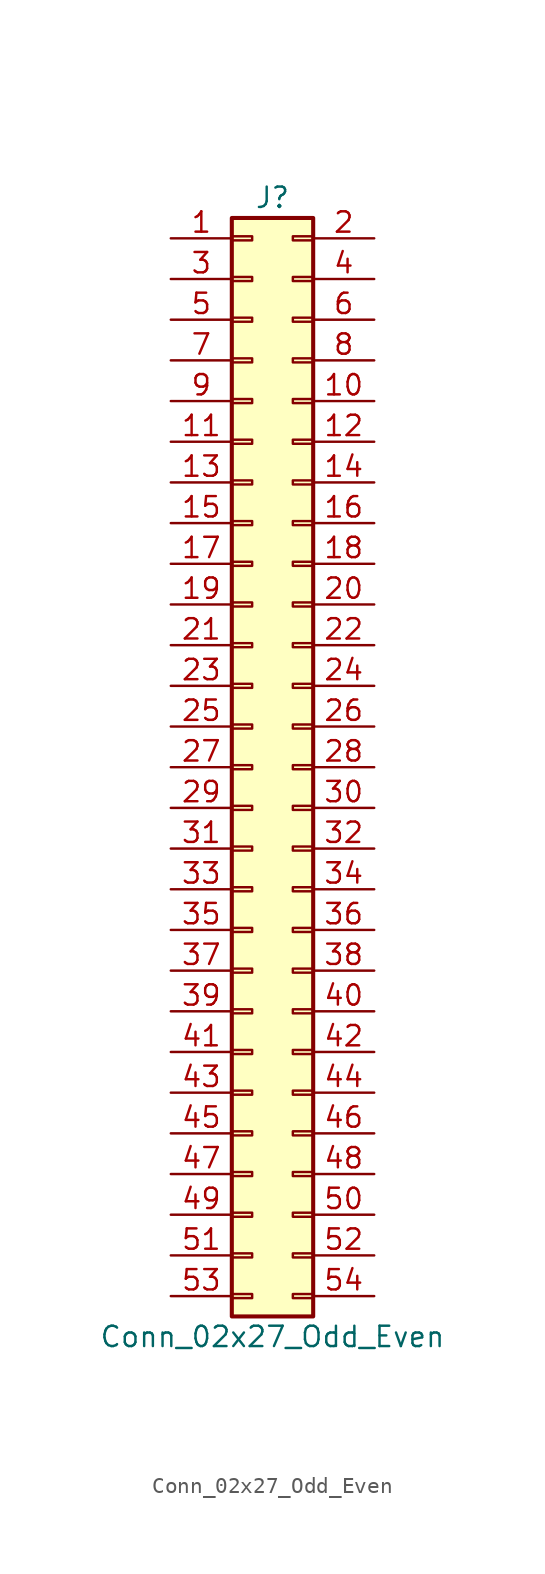
<source format=kicad_sym>
(kicad_symbol_lib
  (version 20201005)
  (generator kicad_symbol_editor)
  (symbol "Conn_02x27_Odd_Even"
    (pin_names
      (offset 1.016) hide)
    (property "Reference" "J"
      (at 1.27 35.56 0)
      (effects (font (size 1.27 1.27))))
    (property "Value" "Conn_02x27_Odd_Even"
      (at 1.27 -35.56 0)
      (effects (font (size 1.27 1.27))))
    (symbol "Conn_02x27_Odd_Even_1_1"
      (rectangle (start -1.27 -32.893) (end 0 -33.147) (stroke (width 0.152)) (fill (type none)))
      (rectangle (start -1.27 -30.353) (end 0 -30.607) (stroke (width 0.152)) (fill (type none)))
      (rectangle (start -1.27 -27.813) (end 0 -28.067) (stroke (width 0.152)) (fill (type none)))
      (rectangle (start -1.27 -25.273) (end 0 -25.527) (stroke (width 0.152)) (fill (type none)))
      (rectangle (start -1.27 -22.733) (end 0 -22.987) (stroke (width 0.152)) (fill (type none)))
      (rectangle (start -1.27 -20.193) (end 0 -20.447) (stroke (width 0.152)) (fill (type none)))
      (rectangle (start -1.27 -17.653) (end 0 -17.907) (stroke (width 0.152)) (fill (type none)))
      (rectangle (start -1.27 -15.113) (end 0 -15.367) (stroke (width 0.152)) (fill (type none)))
      (rectangle (start -1.27 -12.573) (end 0 -12.827) (stroke (width 0.152)) (fill (type none)))
      (rectangle (start -1.27 -10.033) (end 0 -10.287) (stroke (width 0.152)) (fill (type none)))
      (rectangle (start -1.27 -7.493) (end 0 -7.747) (stroke (width 0.152)) (fill (type none)))
      (rectangle (start -1.27 -4.953) (end 0 -5.207) (stroke (width 0.152)) (fill (type none)))
      (rectangle (start -1.27 -2.413) (end 0 -2.667) (stroke (width 0.152)) (fill (type none)))
      (rectangle (start -1.27 0.127) (end 0 -0.127) (stroke (width 0.152)) (fill (type none)))
      (rectangle (start -1.27 2.667) (end 0 2.413) (stroke (width 0.152)) (fill (type none)))
      (rectangle (start -1.27 5.207) (end 0 4.953) (stroke (width 0.152)) (fill (type none)))
      (rectangle (start -1.27 7.747) (end 0 7.493) (stroke (width 0.152)) (fill (type none)))
      (rectangle (start -1.27 10.287) (end 0 10.033) (stroke (width 0.152)) (fill (type none)))
      (rectangle (start -1.27 12.827) (end 0 12.573) (stroke (width 0.152)) (fill (type none)))
      (rectangle (start -1.27 15.367) (end 0 15.113) (stroke (width 0.152)) (fill (type none)))
      (rectangle (start -1.27 17.907) (end 0 17.653) (stroke (width 0.152)) (fill (type none)))
      (rectangle (start -1.27 20.447) (end 0 20.193) (stroke (width 0.152)) (fill (type none)))
      (rectangle (start -1.27 22.987) (end 0 22.733) (stroke (width 0.152)) (fill (type none)))
      (rectangle (start -1.27 25.527) (end 0 25.273) (stroke (width 0.152)) (fill (type none)))
      (rectangle (start -1.27 28.067) (end 0 27.813) (stroke (width 0.152)) (fill (type none)))
      (rectangle (start -1.27 30.607) (end 0 30.353) (stroke (width 0.152)) (fill (type none)))
      (rectangle (start -1.27 33.147) (end 0 32.893) (stroke (width 0.152)) (fill (type none)))
      (rectangle (start -1.27 34.29) (end 3.81 -34.29) (stroke (width 0.254)) (fill (type background)))
      (rectangle (start 3.81 -32.893) (end 2.54 -33.147) (stroke (width 0.152)) (fill (type none)))
      (rectangle (start 3.81 -30.353) (end 2.54 -30.607) (stroke (width 0.152)) (fill (type none)))
      (rectangle (start 3.81 -27.813) (end 2.54 -28.067) (stroke (width 0.152)) (fill (type none)))
      (rectangle (start 3.81 -25.273) (end 2.54 -25.527) (stroke (width 0.152)) (fill (type none)))
      (rectangle (start 3.81 -22.733) (end 2.54 -22.987) (stroke (width 0.152)) (fill (type none)))
      (rectangle (start 3.81 -20.193) (end 2.54 -20.447) (stroke (width 0.152)) (fill (type none)))
      (rectangle (start 3.81 -17.653) (end 2.54 -17.907) (stroke (width 0.152)) (fill (type none)))
      (rectangle (start 3.81 -15.113) (end 2.54 -15.367) (stroke (width 0.152)) (fill (type none)))
      (rectangle (start 3.81 -12.573) (end 2.54 -12.827) (stroke (width 0.152)) (fill (type none)))
      (rectangle (start 3.81 -10.033) (end 2.54 -10.287) (stroke (width 0.152)) (fill (type none)))
      (rectangle (start 3.81 -7.493) (end 2.54 -7.747) (stroke (width 0.152)) (fill (type none)))
      (rectangle (start 3.81 -4.953) (end 2.54 -5.207) (stroke (width 0.152)) (fill (type none)))
      (rectangle (start 3.81 -2.413) (end 2.54 -2.667) (stroke (width 0.152)) (fill (type none)))
      (rectangle (start 3.81 0.127) (end 2.54 -0.127) (stroke (width 0.152)) (fill (type none)))
      (rectangle (start 3.81 2.667) (end 2.54 2.413) (stroke (width 0.152)) (fill (type none)))
      (rectangle (start 3.81 5.207) (end 2.54 4.953) (stroke (width 0.152)) (fill (type none)))
      (rectangle (start 3.81 7.747) (end 2.54 7.493) (stroke (width 0.152)) (fill (type none)))
      (rectangle (start 3.81 10.287) (end 2.54 10.033) (stroke (width 0.152)) (fill (type none)))
      (rectangle (start 3.81 12.827) (end 2.54 12.573) (stroke (width 0.152)) (fill (type none)))
      (rectangle (start 3.81 15.367) (end 2.54 15.113) (stroke (width 0.152)) (fill (type none)))
      (rectangle (start 3.81 17.907) (end 2.54 17.653) (stroke (width 0.152)) (fill (type none)))
      (rectangle (start 3.81 20.447) (end 2.54 20.193) (stroke (width 0.152)) (fill (type none)))
      (rectangle (start 3.81 22.987) (end 2.54 22.733) (stroke (width 0.152)) (fill (type none)))
      (rectangle (start 3.81 25.527) (end 2.54 25.273) (stroke (width 0.152)) (fill (type none)))
      (rectangle (start 3.81 28.067) (end 2.54 27.813) (stroke (width 0.152)) (fill (type none)))
      (rectangle (start 3.81 30.607) (end 2.54 30.353) (stroke (width 0.152)) (fill (type none)))
      (rectangle (start 3.81 33.147) (end 2.54 32.893) (stroke (width 0.152)) (fill (type none)))
      (pin passive line (at -5.08 33.02 0) (length 3.81) (name "Pin_1" (effects (font (size 1.27 1.27)))) (number "1" (effects (font (size 1.27 1.27)))))
      (pin passive line (at 7.62 22.86 180) (length 3.81) (name "Pin_10" (effects (font (size 1.27 1.27)))) (number "10" (effects (font (size 1.27 1.27)))))
      (pin passive line (at -5.08 20.32 0) (length 3.81) (name "Pin_11" (effects (font (size 1.27 1.27)))) (number "11" (effects (font (size 1.27 1.27)))))
      (pin passive line (at 7.62 20.32 180) (length 3.81) (name "Pin_12" (effects (font (size 1.27 1.27)))) (number "12" (effects (font (size 1.27 1.27)))))
      (pin passive line (at -5.08 17.78 0) (length 3.81) (name "Pin_13" (effects (font (size 1.27 1.27)))) (number "13" (effects (font (size 1.27 1.27)))))
      (pin passive line (at 7.62 17.78 180) (length 3.81) (name "Pin_14" (effects (font (size 1.27 1.27)))) (number "14" (effects (font (size 1.27 1.27)))))
      (pin passive line (at -5.08 15.24 0) (length 3.81) (name "Pin_15" (effects (font (size 1.27 1.27)))) (number "15" (effects (font (size 1.27 1.27)))))
      (pin passive line (at 7.62 15.24 180) (length 3.81) (name "Pin_16" (effects (font (size 1.27 1.27)))) (number "16" (effects (font (size 1.27 1.27)))))
      (pin passive line (at -5.08 12.7 0) (length 3.81) (name "Pin_17" (effects (font (size 1.27 1.27)))) (number "17" (effects (font (size 1.27 1.27)))))
      (pin passive line (at 7.62 12.7 180) (length 3.81) (name "Pin_18" (effects (font (size 1.27 1.27)))) (number "18" (effects (font (size 1.27 1.27)))))
      (pin passive line (at -5.08 10.16 0) (length 3.81) (name "Pin_19" (effects (font (size 1.27 1.27)))) (number "19" (effects (font (size 1.27 1.27)))))
      (pin passive line (at 7.62 33.02 180) (length 3.81) (name "Pin_2" (effects (font (size 1.27 1.27)))) (number "2" (effects (font (size 1.27 1.27)))))
      (pin passive line (at 7.62 10.16 180) (length 3.81) (name "Pin_20" (effects (font (size 1.27 1.27)))) (number "20" (effects (font (size 1.27 1.27)))))
      (pin passive line (at -5.08 7.62 0) (length 3.81) (name "Pin_21" (effects (font (size 1.27 1.27)))) (number "21" (effects (font (size 1.27 1.27)))))
      (pin passive line (at 7.62 7.62 180) (length 3.81) (name "Pin_22" (effects (font (size 1.27 1.27)))) (number "22" (effects (font (size 1.27 1.27)))))
      (pin passive line (at -5.08 5.08 0) (length 3.81) (name "Pin_23" (effects (font (size 1.27 1.27)))) (number "23" (effects (font (size 1.27 1.27)))))
      (pin passive line (at 7.62 5.08 180) (length 3.81) (name "Pin_24" (effects (font (size 1.27 1.27)))) (number "24" (effects (font (size 1.27 1.27)))))
      (pin passive line (at -5.08 2.54 0) (length 3.81) (name "Pin_25" (effects (font (size 1.27 1.27)))) (number "25" (effects (font (size 1.27 1.27)))))
      (pin passive line (at 7.62 2.54 180) (length 3.81) (name "Pin_26" (effects (font (size 1.27 1.27)))) (number "26" (effects (font (size 1.27 1.27)))))
      (pin passive line (at -5.08 0 0) (length 3.81) (name "Pin_27" (effects (font (size 1.27 1.27)))) (number "27" (effects (font (size 1.27 1.27)))))
      (pin passive line (at 7.62 0 180) (length 3.81) (name "Pin_28" (effects (font (size 1.27 1.27)))) (number "28" (effects (font (size 1.27 1.27)))))
      (pin passive line (at -5.08 -2.54 0) (length 3.81) (name "Pin_29" (effects (font (size 1.27 1.27)))) (number "29" (effects (font (size 1.27 1.27)))))
      (pin passive line (at -5.08 30.48 0) (length 3.81) (name "Pin_3" (effects (font (size 1.27 1.27)))) (number "3" (effects (font (size 1.27 1.27)))))
      (pin passive line (at 7.62 -2.54 180) (length 3.81) (name "Pin_30" (effects (font (size 1.27 1.27)))) (number "30" (effects (font (size 1.27 1.27)))))
      (pin passive line (at -5.08 -5.08 0) (length 3.81) (name "Pin_31" (effects (font (size 1.27 1.27)))) (number "31" (effects (font (size 1.27 1.27)))))
      (pin passive line (at 7.62 -5.08 180) (length 3.81) (name "Pin_32" (effects (font (size 1.27 1.27)))) (number "32" (effects (font (size 1.27 1.27)))))
      (pin passive line (at -5.08 -7.62 0) (length 3.81) (name "Pin_33" (effects (font (size 1.27 1.27)))) (number "33" (effects (font (size 1.27 1.27)))))
      (pin passive line (at 7.62 -7.62 180) (length 3.81) (name "Pin_34" (effects (font (size 1.27 1.27)))) (number "34" (effects (font (size 1.27 1.27)))))
      (pin passive line (at -5.08 -10.16 0) (length 3.81) (name "Pin_35" (effects (font (size 1.27 1.27)))) (number "35" (effects (font (size 1.27 1.27)))))
      (pin passive line (at 7.62 -10.16 180) (length 3.81) (name "Pin_36" (effects (font (size 1.27 1.27)))) (number "36" (effects (font (size 1.27 1.27)))))
      (pin passive line (at -5.08 -12.7 0) (length 3.81) (name "Pin_37" (effects (font (size 1.27 1.27)))) (number "37" (effects (font (size 1.27 1.27)))))
      (pin passive line (at 7.62 -12.7 180) (length 3.81) (name "Pin_38" (effects (font (size 1.27 1.27)))) (number "38" (effects (font (size 1.27 1.27)))))
      (pin passive line (at -5.08 -15.24 0) (length 3.81) (name "Pin_39" (effects (font (size 1.27 1.27)))) (number "39" (effects (font (size 1.27 1.27)))))
      (pin passive line (at 7.62 30.48 180) (length 3.81) (name "Pin_4" (effects (font (size 1.27 1.27)))) (number "4" (effects (font (size 1.27 1.27)))))
      (pin passive line (at 7.62 -15.24 180) (length 3.81) (name "Pin_40" (effects (font (size 1.27 1.27)))) (number "40" (effects (font (size 1.27 1.27)))))
      (pin passive line (at -5.08 -17.78 0) (length 3.81) (name "Pin_41" (effects (font (size 1.27 1.27)))) (number "41" (effects (font (size 1.27 1.27)))))
      (pin passive line (at 7.62 -17.78 180) (length 3.81) (name "Pin_42" (effects (font (size 1.27 1.27)))) (number "42" (effects (font (size 1.27 1.27)))))
      (pin passive line (at -5.08 -20.32 0) (length 3.81) (name "Pin_43" (effects (font (size 1.27 1.27)))) (number "43" (effects (font (size 1.27 1.27)))))
      (pin passive line (at 7.62 -20.32 180) (length 3.81) (name "Pin_44" (effects (font (size 1.27 1.27)))) (number "44" (effects (font (size 1.27 1.27)))))
      (pin passive line (at -5.08 -22.86 0) (length 3.81) (name "Pin_45" (effects (font (size 1.27 1.27)))) (number "45" (effects (font (size 1.27 1.27)))))
      (pin passive line (at 7.62 -22.86 180) (length 3.81) (name "Pin_46" (effects (font (size 1.27 1.27)))) (number "46" (effects (font (size 1.27 1.27)))))
      (pin passive line (at -5.08 -25.4 0) (length 3.81) (name "Pin_47" (effects (font (size 1.27 1.27)))) (number "47" (effects (font (size 1.27 1.27)))))
      (pin passive line (at 7.62 -25.4 180) (length 3.81) (name "Pin_48" (effects (font (size 1.27 1.27)))) (number "48" (effects (font (size 1.27 1.27)))))
      (pin passive line (at -5.08 -27.94 0) (length 3.81) (name "Pin_49" (effects (font (size 1.27 1.27)))) (number "49" (effects (font (size 1.27 1.27)))))
      (pin passive line (at -5.08 27.94 0) (length 3.81) (name "Pin_5" (effects (font (size 1.27 1.27)))) (number "5" (effects (font (size 1.27 1.27)))))
      (pin passive line (at 7.62 -27.94 180) (length 3.81) (name "Pin_50" (effects (font (size 1.27 1.27)))) (number "50" (effects (font (size 1.27 1.27)))))
      (pin passive line (at -5.08 -30.48 0) (length 3.81) (name "Pin_51" (effects (font (size 1.27 1.27)))) (number "51" (effects (font (size 1.27 1.27)))))
      (pin passive line (at 7.62 -30.48 180) (length 3.81) (name "Pin_52" (effects (font (size 1.27 1.27)))) (number "52" (effects (font (size 1.27 1.27)))))
      (pin passive line (at -5.08 -33.02 0) (length 3.81) (name "Pin_53" (effects (font (size 1.27 1.27)))) (number "53" (effects (font (size 1.27 1.27)))))
      (pin passive line (at 7.62 -33.02 180) (length 3.81) (name "Pin_54" (effects (font (size 1.27 1.27)))) (number "54" (effects (font (size 1.27 1.27)))))
      (pin passive line (at 7.62 27.94 180) (length 3.81) (name "Pin_6" (effects (font (size 1.27 1.27)))) (number "6" (effects (font (size 1.27 1.27)))))
      (pin passive line (at -5.08 25.4 0) (length 3.81) (name "Pin_7" (effects (font (size 1.27 1.27)))) (number "7" (effects (font (size 1.27 1.27)))))
      (pin passive line (at 7.62 25.4 180) (length 3.81) (name "Pin_8" (effects (font (size 1.27 1.27)))) (number "8" (effects (font (size 1.27 1.27)))))
      (pin passive line (at -5.08 22.86 0) (length 3.81) (name "Pin_9" (effects (font (size 1.27 1.27)))) (number "9" (effects (font (size 1.27 1.27))))))))
</source>
